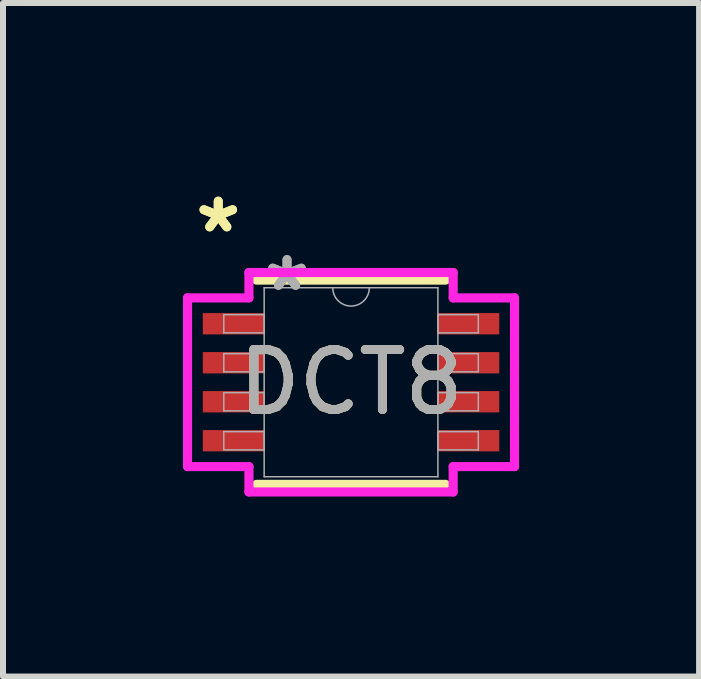
<source format=kicad_pcb>
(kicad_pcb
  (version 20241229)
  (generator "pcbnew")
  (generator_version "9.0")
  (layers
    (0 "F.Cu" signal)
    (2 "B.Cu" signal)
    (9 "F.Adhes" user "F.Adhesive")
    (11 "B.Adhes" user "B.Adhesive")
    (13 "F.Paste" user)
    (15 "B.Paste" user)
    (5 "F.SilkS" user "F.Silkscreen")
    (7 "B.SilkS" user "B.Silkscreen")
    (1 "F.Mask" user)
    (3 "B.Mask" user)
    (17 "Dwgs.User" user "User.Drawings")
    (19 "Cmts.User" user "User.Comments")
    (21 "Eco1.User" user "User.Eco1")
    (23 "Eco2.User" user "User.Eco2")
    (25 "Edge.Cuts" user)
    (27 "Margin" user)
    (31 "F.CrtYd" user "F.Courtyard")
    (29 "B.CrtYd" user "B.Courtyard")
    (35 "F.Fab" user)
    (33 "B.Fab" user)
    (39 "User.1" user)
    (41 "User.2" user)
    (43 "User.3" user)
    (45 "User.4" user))
  (footprint "DCT8"
    (layer "F.Cu")
    (at 2.801 3.321)
    (property "Reference" "DCT8" (at 0 0 0) (unlocked yes) (layer "F.SilkS") (effects (font (size 1 1) (thickness 0.15))))
    (attr smd)
    (fp_line (start -1.575 1.702) (end 1.575 1.702) (stroke (width 0.152) (type solid)) (layer "F.SilkS"))
    (fp_line (start 1.575 -1.702) (end -1.575 -1.702) (stroke (width 0.152) (type solid)) (layer "F.SilkS"))
    (fp_line (start -2.725 -1.406) (end -1.702 -1.406) (stroke (width 0.152) (type solid)) (layer "F.CrtYd"))
    (fp_line (start -2.725 1.406) (end -2.725 -1.406) (stroke (width 0.152) (type solid)) (layer "F.CrtYd"))
    (fp_line (start -2.725 1.406) (end -1.702 1.406) (stroke (width 0.152) (type solid)) (layer "F.CrtYd"))
    (fp_line (start -1.702 -1.829) (end 1.702 -1.829) (stroke (width 0.152) (type solid)) (layer "F.CrtYd"))
    (fp_line (start -1.702 -1.406) (end -1.702 -1.829) (stroke (width 0.152) (type solid)) (layer "F.CrtYd"))
    (fp_line (start -1.702 1.829) (end -1.702 1.406) (stroke (width 0.152) (type solid)) (layer "F.CrtYd"))
    (fp_line (start 1.702 -1.829) (end 1.702 -1.406) (stroke (width 0.152) (type solid)) (layer "F.CrtYd"))
    (fp_line (start 1.702 1.406) (end 1.702 1.829) (stroke (width 0.152) (type solid)) (layer "F.CrtYd"))
    (fp_line (start 1.702 1.829) (end -1.702 1.829) (stroke (width 0.152) (type solid)) (layer "F.CrtYd"))
    (fp_line (start 2.725 -1.406) (end 1.702 -1.406) (stroke (width 0.152) (type solid)) (layer "F.CrtYd"))
    (fp_line (start 2.725 -1.406) (end 2.725 1.406) (stroke (width 0.152) (type solid)) (layer "F.CrtYd"))
    (fp_line (start 2.725 1.406) (end 1.702 1.406) (stroke (width 0.152) (type solid)) (layer "F.CrtYd"))
    (fp_line (start -2.121 -1.127) (end -2.121 -0.823) (stroke (width 0.025) (type solid)) (layer "F.Fab"))
    (fp_line (start -2.121 -0.823) (end -1.448 -0.823) (stroke (width 0.025) (type solid)) (layer "F.Fab"))
    (fp_line (start -2.121 -0.477) (end -2.121 -0.173) (stroke (width 0.025) (type solid)) (layer "F.Fab"))
    (fp_line (start -2.121 -0.173) (end -1.448 -0.173) (stroke (width 0.025) (type solid)) (layer "F.Fab"))
    (fp_line (start -2.121 0.173) (end -2.121 0.477) (stroke (width 0.025) (type solid)) (layer "F.Fab"))
    (fp_line (start -2.121 0.477) (end -1.448 0.477) (stroke (width 0.025) (type solid)) (layer "F.Fab"))
    (fp_line (start -2.121 0.823) (end -2.121 1.127) (stroke (width 0.025) (type solid)) (layer "F.Fab"))
    (fp_line (start -2.121 1.127) (end -1.448 1.127) (stroke (width 0.025) (type solid)) (layer "F.Fab"))
    (fp_line (start -1.448 -1.575) (end -1.448 1.575) (stroke (width 0.025) (type solid)) (layer "F.Fab"))
    (fp_line (start -1.448 -1.127) (end -2.121 -1.127) (stroke (width 0.025) (type solid)) (layer "F.Fab"))
    (fp_line (start -1.448 -0.823) (end -1.448 -1.127) (stroke (width 0.025) (type solid)) (layer "F.Fab"))
    (fp_line (start -1.448 -0.477) (end -2.121 -0.477) (stroke (width 0.025) (type solid)) (layer "F.Fab"))
    (fp_line (start -1.448 -0.173) (end -1.448 -0.477) (stroke (width 0.025) (type solid)) (layer "F.Fab"))
    (fp_line (start -1.448 0.173) (end -2.121 0.173) (stroke (width 0.025) (type solid)) (layer "F.Fab"))
    (fp_line (start -1.448 0.477) (end -1.448 0.173) (stroke (width 0.025) (type solid)) (layer "F.Fab"))
    (fp_line (start -1.448 0.823) (end -2.121 0.823) (stroke (width 0.025) (type solid)) (layer "F.Fab"))
    (fp_line (start -1.448 1.127) (end -1.448 0.823) (stroke (width 0.025) (type solid)) (layer "F.Fab"))
    (fp_line (start -1.448 1.575) (end 1.448 1.575) (stroke (width 0.025) (type solid)) (layer "F.Fab"))
    (fp_line (start 1.448 -1.575) (end -1.448 -1.575) (stroke (width 0.025) (type solid)) (layer "F.Fab"))
    (fp_line (start 1.448 -1.127) (end 1.448 -0.823) (stroke (width 0.025) (type solid)) (layer "F.Fab"))
    (fp_line (start 1.448 -0.823) (end 2.121 -0.823) (stroke (width 0.025) (type solid)) (layer "F.Fab"))
    (fp_line (start 1.448 -0.477) (end 1.448 -0.173) (stroke (width 0.025) (type solid)) (layer "F.Fab"))
    (fp_line (start 1.448 -0.173) (end 2.121 -0.173) (stroke (width 0.025) (type solid)) (layer "F.Fab"))
    (fp_line (start 1.448 0.173) (end 1.448 0.477) (stroke (width 0.025) (type solid)) (layer "F.Fab"))
    (fp_line (start 1.448 0.477) (end 2.121 0.477) (stroke (width 0.025) (type solid)) (layer "F.Fab"))
    (fp_line (start 1.448 0.823) (end 1.448 1.127) (stroke (width 0.025) (type solid)) (layer "F.Fab"))
    (fp_line (start 1.448 1.127) (end 2.121 1.127) (stroke (width 0.025) (type solid)) (layer "F.Fab"))
    (fp_line (start 1.448 1.575) (end 1.448 -1.575) (stroke (width 0.025) (type solid)) (layer "F.Fab"))
    (fp_line (start 2.121 -1.127) (end 1.448 -1.127) (stroke (width 0.025) (type solid)) (layer "F.Fab"))
    (fp_line (start 2.121 -0.823) (end 2.121 -1.127) (stroke (width 0.025) (type solid)) (layer "F.Fab"))
    (fp_line (start 2.121 -0.477) (end 1.448 -0.477) (stroke (width 0.025) (type solid)) (layer "F.Fab"))
    (fp_line (start 2.121 -0.173) (end 2.121 -0.477) (stroke (width 0.025) (type solid)) (layer "F.Fab"))
    (fp_line (start 2.121 0.173) (end 1.448 0.173) (stroke (width 0.025) (type solid)) (layer "F.Fab"))
    (fp_line (start 2.121 0.477) (end 2.121 0.173) (stroke (width 0.025) (type solid)) (layer "F.Fab"))
    (fp_line (start 2.121 0.823) (end 1.448 0.823) (stroke (width 0.025) (type solid)) (layer "F.Fab"))
    (fp_line (start 2.121 1.127) (end 2.121 0.823) (stroke (width 0.025) (type solid)) (layer "F.Fab"))
    (fp_arc (start 0.3048 -1.5748) (mid 0 -1.27) (end -0.3048 -1.5748) (stroke (width 0.0254) (type solid)) (layer "F.Fab"))
    (fp_text user "*" (at -2.213 -2.473 0) (unlocked yes) (layer "F.SilkS") (effects (font (size 1 1) (thickness 0.15))))
    (fp_text user "*" (at -2.213 -2.473 0) (layer "F.SilkS") (effects (font (size 1 1) (thickness 0.15))))
    (fp_text user "*" (at -1.067 -1.499 0) (unlocked yes) (layer "F.Fab") (effects (font (size 1 1) (thickness 0.15))))
    (fp_text user "*" (at -1.067 -1.499 0) (layer "F.Fab") (effects (font (size 1 1) (thickness 0.15))))
    (fp_text user "${REFERENCE}" (at 0 0 0) (unlocked yes) (layer "F.Fab") (effects (font (size 1 1) (thickness 0.15))))
    (pad "1" smd rect (at -1.959 -0.975) (size 1.023 0.355) (layers "F.Cu" "F.Mask" "F.Paste"))
    (pad "2" smd rect (at -1.959 -0.325) (size 1.023 0.355) (layers "F.Cu" "F.Mask" "F.Paste"))
    (pad "3" smd rect (at -1.959 0.325) (size 1.023 0.355) (layers "F.Cu" "F.Mask" "F.Paste"))
    (pad "4" smd rect (at -1.959 0.975) (size 1.023 0.355) (layers "F.Cu" "F.Mask" "F.Paste"))
    (pad "5" smd rect (at 1.959 0.975) (size 1.023 0.355) (layers "F.Cu" "F.Mask" "F.Paste"))
    (pad "6" smd rect (at 1.959 0.325) (size 1.023 0.355) (layers "F.Cu" "F.Mask" "F.Paste"))
    (pad "7" smd rect (at 1.959 -0.325) (size 1.023 0.355) (layers "F.Cu" "F.Mask" "F.Paste"))
    (pad "8" smd rect (at 1.959 -0.975) (size 1.023 0.355) (layers "F.Cu" "F.Mask" "F.Paste")))
  (gr_rect
    (start -3 -3)
    (end 8.602 8.226)
    (stroke (width 0.1) (type default))
    (fill no)
    (layer "Edge.Cuts")))
</source>
